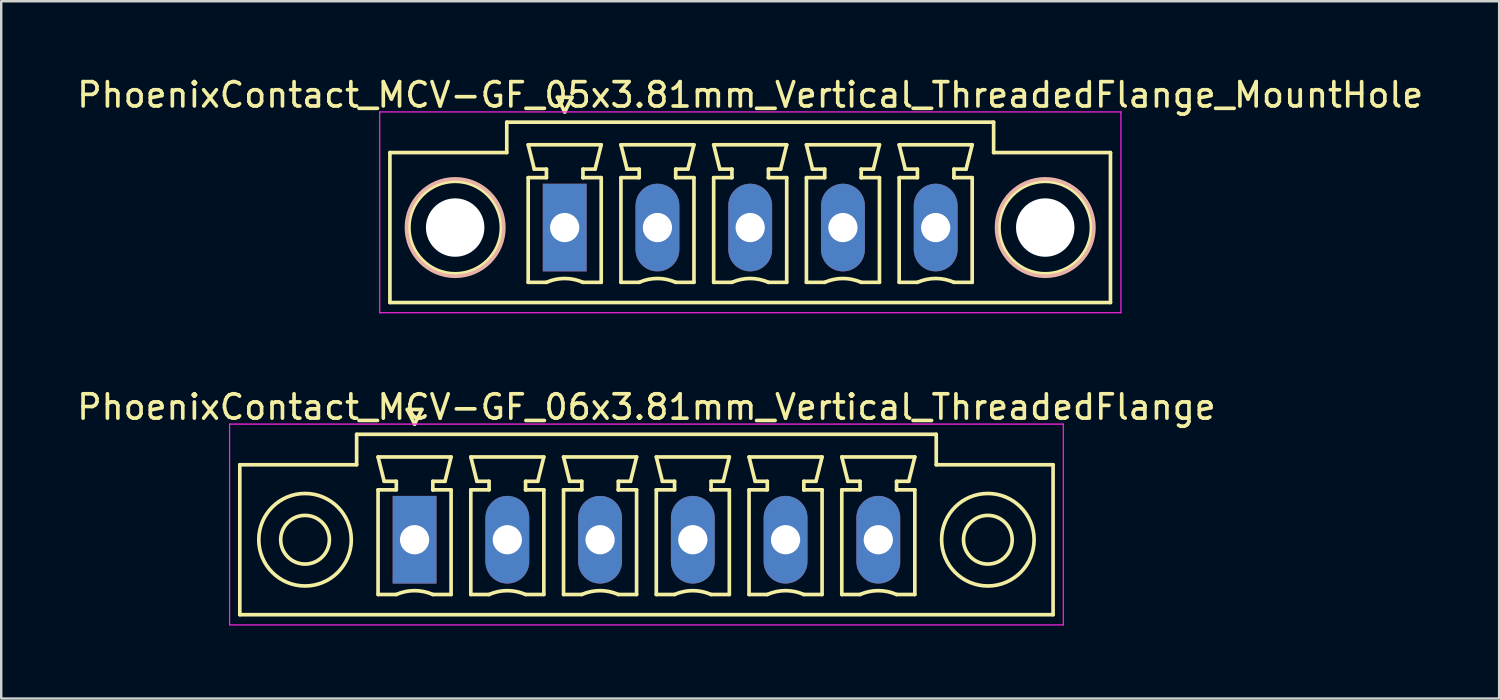
<source format=kicad_pcb>
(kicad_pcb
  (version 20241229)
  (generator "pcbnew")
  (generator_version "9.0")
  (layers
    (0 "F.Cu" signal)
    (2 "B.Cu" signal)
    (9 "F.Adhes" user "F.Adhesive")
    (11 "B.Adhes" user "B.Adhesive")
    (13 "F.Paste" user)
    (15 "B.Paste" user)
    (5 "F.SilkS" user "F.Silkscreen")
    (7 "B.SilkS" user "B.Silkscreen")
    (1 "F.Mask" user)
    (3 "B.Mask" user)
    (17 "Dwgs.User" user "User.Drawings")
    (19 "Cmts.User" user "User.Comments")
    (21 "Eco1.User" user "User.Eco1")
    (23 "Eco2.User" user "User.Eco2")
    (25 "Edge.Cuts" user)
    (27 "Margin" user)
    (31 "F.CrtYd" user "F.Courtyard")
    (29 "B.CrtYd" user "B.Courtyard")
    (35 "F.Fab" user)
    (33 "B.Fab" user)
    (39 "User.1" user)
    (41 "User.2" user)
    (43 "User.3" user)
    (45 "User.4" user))
  (footprint "PhoenixContact_MCV-GF_05x3.81mm_Vertical_ThreadedFlange_MountHole"
    (layer "F.Cu")
    (at 20.148 6.298)
    (property "Reference" "PhoenixContact_MCV-GF_05x3.81mm_Vertical_ThreadedFlange_MountHole" (at 7.62 -5.45 0) (layer "F.SilkS") (effects (font (size 1 1) (thickness 0.15))))
    (attr through_hole)
    (fp_line (start -7.18 -3.08) (end -7.18 3.08) (stroke (width 0.15) (type solid)) (layer "F.SilkS"))
    (fp_line (start -7.18 3.08) (end 22.42 3.08) (stroke (width 0.15) (type solid)) (layer "F.SilkS"))
    (fp_line (start -2.38 -4.33) (end -2.38 -3.08) (stroke (width 0.15) (type solid)) (layer "F.SilkS"))
    (fp_line (start -2.38 -3.08) (end -7.18 -3.08) (stroke (width 0.15) (type solid)) (layer "F.SilkS"))
    (fp_line (start -1.5 -3.4) (end 1.5 -3.4) (stroke (width 0.15) (type solid)) (layer "F.SilkS"))
    (fp_line (start -1.5 -2.05) (end -0.75 -2.05) (stroke (width 0.15) (type solid)) (layer "F.SilkS"))
    (fp_line (start -1.5 2.25) (end -1.5 -2.05) (stroke (width 0.15) (type solid)) (layer "F.SilkS"))
    (fp_line (start -1.25 -2.4) (end -1.5 -3.4) (stroke (width 0.15) (type solid)) (layer "F.SilkS"))
    (fp_line (start -0.75 -2.4) (end -1.25 -2.4) (stroke (width 0.15) (type solid)) (layer "F.SilkS"))
    (fp_line (start -0.75 -2.05) (end -0.75 -2.4) (stroke (width 0.15) (type solid)) (layer "F.SilkS"))
    (fp_line (start -0.75 2.25) (end -1.5 2.25) (stroke (width 0.15) (type solid)) (layer "F.SilkS"))
    (fp_line (start -0.3 -5.35) (end 0 -4.75) (stroke (width 0.15) (type solid)) (layer "F.SilkS"))
    (fp_line (start 0 -4.75) (end 0.3 -5.35) (stroke (width 0.15) (type solid)) (layer "F.SilkS"))
    (fp_line (start 0.3 -5.35) (end -0.3 -5.35) (stroke (width 0.15) (type solid)) (layer "F.SilkS"))
    (fp_line (start 0.75 -2.4) (end 0.75 -2.05) (stroke (width 0.15) (type solid)) (layer "F.SilkS"))
    (fp_line (start 0.75 -2.05) (end 0.75 -2.05) (stroke (width 0.15) (type solid)) (layer "F.SilkS"))
    (fp_line (start 0.75 -2.05) (end 1.5 -2.05) (stroke (width 0.15) (type solid)) (layer "F.SilkS"))
    (fp_line (start 1.25 -2.4) (end 0.75 -2.4) (stroke (width 0.15) (type solid)) (layer "F.SilkS"))
    (fp_line (start 1.5 -3.4) (end 1.25 -2.4) (stroke (width 0.15) (type solid)) (layer "F.SilkS"))
    (fp_line (start 1.5 -2.05) (end 1.5 2.25) (stroke (width 0.15) (type solid)) (layer "F.SilkS"))
    (fp_line (start 1.5 2.25) (end 0.75 2.25) (stroke (width 0.15) (type solid)) (layer "F.SilkS"))
    (fp_line (start 2.31 -3.4) (end 5.31 -3.4) (stroke (width 0.15) (type solid)) (layer "F.SilkS"))
    (fp_line (start 2.31 -2.05) (end 3.06 -2.05) (stroke (width 0.15) (type solid)) (layer "F.SilkS"))
    (fp_line (start 2.31 2.25) (end 2.31 -2.05) (stroke (width 0.15) (type solid)) (layer "F.SilkS"))
    (fp_line (start 2.56 -2.4) (end 2.31 -3.4) (stroke (width 0.15) (type solid)) (layer "F.SilkS"))
    (fp_line (start 3.06 -2.4) (end 2.56 -2.4) (stroke (width 0.15) (type solid)) (layer "F.SilkS"))
    (fp_line (start 3.06 -2.05) (end 3.06 -2.4) (stroke (width 0.15) (type solid)) (layer "F.SilkS"))
    (fp_line (start 3.06 2.25) (end 2.31 2.25) (stroke (width 0.15) (type solid)) (layer "F.SilkS"))
    (fp_line (start 4.56 -2.4) (end 4.56 -2.05) (stroke (width 0.15) (type solid)) (layer "F.SilkS"))
    (fp_line (start 4.56 -2.05) (end 4.56 -2.05) (stroke (width 0.15) (type solid)) (layer "F.SilkS"))
    (fp_line (start 4.56 -2.05) (end 5.31 -2.05) (stroke (width 0.15) (type solid)) (layer "F.SilkS"))
    (fp_line (start 5.06 -2.4) (end 4.56 -2.4) (stroke (width 0.15) (type solid)) (layer "F.SilkS"))
    (fp_line (start 5.31 -3.4) (end 5.06 -2.4) (stroke (width 0.15) (type solid)) (layer "F.SilkS"))
    (fp_line (start 5.31 -2.05) (end 5.31 2.25) (stroke (width 0.15) (type solid)) (layer "F.SilkS"))
    (fp_line (start 5.31 2.25) (end 4.56 2.25) (stroke (width 0.15) (type solid)) (layer "F.SilkS"))
    (fp_line (start 6.12 -3.4) (end 9.12 -3.4) (stroke (width 0.15) (type solid)) (layer "F.SilkS"))
    (fp_line (start 6.12 -2.05) (end 6.87 -2.05) (stroke (width 0.15) (type solid)) (layer "F.SilkS"))
    (fp_line (start 6.12 2.25) (end 6.12 -2.05) (stroke (width 0.15) (type solid)) (layer "F.SilkS"))
    (fp_line (start 6.37 -2.4) (end 6.12 -3.4) (stroke (width 0.15) (type solid)) (layer "F.SilkS"))
    (fp_line (start 6.87 -2.4) (end 6.37 -2.4) (stroke (width 0.15) (type solid)) (layer "F.SilkS"))
    (fp_line (start 6.87 -2.05) (end 6.87 -2.4) (stroke (width 0.15) (type solid)) (layer "F.SilkS"))
    (fp_line (start 6.87 2.25) (end 6.12 2.25) (stroke (width 0.15) (type solid)) (layer "F.SilkS"))
    (fp_line (start 8.37 -2.4) (end 8.37 -2.05) (stroke (width 0.15) (type solid)) (layer "F.SilkS"))
    (fp_line (start 8.37 -2.05) (end 8.37 -2.05) (stroke (width 0.15) (type solid)) (layer "F.SilkS"))
    (fp_line (start 8.37 -2.05) (end 9.12 -2.05) (stroke (width 0.15) (type solid)) (layer "F.SilkS"))
    (fp_line (start 8.87 -2.4) (end 8.37 -2.4) (stroke (width 0.15) (type solid)) (layer "F.SilkS"))
    (fp_line (start 9.12 -3.4) (end 8.87 -2.4) (stroke (width 0.15) (type solid)) (layer "F.SilkS"))
    (fp_line (start 9.12 -2.05) (end 9.12 2.25) (stroke (width 0.15) (type solid)) (layer "F.SilkS"))
    (fp_line (start 9.12 2.25) (end 8.37 2.25) (stroke (width 0.15) (type solid)) (layer "F.SilkS"))
    (fp_line (start 9.93 -3.4) (end 12.93 -3.4) (stroke (width 0.15) (type solid)) (layer "F.SilkS"))
    (fp_line (start 9.93 -2.05) (end 10.68 -2.05) (stroke (width 0.15) (type solid)) (layer "F.SilkS"))
    (fp_line (start 9.93 2.25) (end 9.93 -2.05) (stroke (width 0.15) (type solid)) (layer "F.SilkS"))
    (fp_line (start 10.18 -2.4) (end 9.93 -3.4) (stroke (width 0.15) (type solid)) (layer "F.SilkS"))
    (fp_line (start 10.68 -2.4) (end 10.18 -2.4) (stroke (width 0.15) (type solid)) (layer "F.SilkS"))
    (fp_line (start 10.68 -2.05) (end 10.68 -2.4) (stroke (width 0.15) (type solid)) (layer "F.SilkS"))
    (fp_line (start 10.68 2.25) (end 9.93 2.25) (stroke (width 0.15) (type solid)) (layer "F.SilkS"))
    (fp_line (start 12.18 -2.4) (end 12.18 -2.05) (stroke (width 0.15) (type solid)) (layer "F.SilkS"))
    (fp_line (start 12.18 -2.05) (end 12.18 -2.05) (stroke (width 0.15) (type solid)) (layer "F.SilkS"))
    (fp_line (start 12.18 -2.05) (end 12.93 -2.05) (stroke (width 0.15) (type solid)) (layer "F.SilkS"))
    (fp_line (start 12.68 -2.4) (end 12.18 -2.4) (stroke (width 0.15) (type solid)) (layer "F.SilkS"))
    (fp_line (start 12.93 -3.4) (end 12.68 -2.4) (stroke (width 0.15) (type solid)) (layer "F.SilkS"))
    (fp_line (start 12.93 -2.05) (end 12.93 2.25) (stroke (width 0.15) (type solid)) (layer "F.SilkS"))
    (fp_line (start 12.93 2.25) (end 12.18 2.25) (stroke (width 0.15) (type solid)) (layer "F.SilkS"))
    (fp_line (start 13.74 -3.4) (end 16.74 -3.4) (stroke (width 0.15) (type solid)) (layer "F.SilkS"))
    (fp_line (start 13.74 -2.05) (end 14.49 -2.05) (stroke (width 0.15) (type solid)) (layer "F.SilkS"))
    (fp_line (start 13.74 2.25) (end 13.74 -2.05) (stroke (width 0.15) (type solid)) (layer "F.SilkS"))
    (fp_line (start 13.99 -2.4) (end 13.74 -3.4) (stroke (width 0.15) (type solid)) (layer "F.SilkS"))
    (fp_line (start 14.49 -2.4) (end 13.99 -2.4) (stroke (width 0.15) (type solid)) (layer "F.SilkS"))
    (fp_line (start 14.49 -2.05) (end 14.49 -2.4) (stroke (width 0.15) (type solid)) (layer "F.SilkS"))
    (fp_line (start 14.49 2.25) (end 13.74 2.25) (stroke (width 0.15) (type solid)) (layer "F.SilkS"))
    (fp_line (start 15.99 -2.4) (end 15.99 -2.05) (stroke (width 0.15) (type solid)) (layer "F.SilkS"))
    (fp_line (start 15.99 -2.05) (end 15.99 -2.05) (stroke (width 0.15) (type solid)) (layer "F.SilkS"))
    (fp_line (start 15.99 -2.05) (end 16.74 -2.05) (stroke (width 0.15) (type solid)) (layer "F.SilkS"))
    (fp_line (start 16.49 -2.4) (end 15.99 -2.4) (stroke (width 0.15) (type solid)) (layer "F.SilkS"))
    (fp_line (start 16.74 -3.4) (end 16.49 -2.4) (stroke (width 0.15) (type solid)) (layer "F.SilkS"))
    (fp_line (start 16.74 -2.05) (end 16.74 2.25) (stroke (width 0.15) (type solid)) (layer "F.SilkS"))
    (fp_line (start 16.74 2.25) (end 15.99 2.25) (stroke (width 0.15) (type solid)) (layer "F.SilkS"))
    (fp_line (start 17.62 -4.33) (end -2.38 -4.33) (stroke (width 0.15) (type solid)) (layer "F.SilkS"))
    (fp_line (start 17.62 -3.08) (end 17.62 -4.33) (stroke (width 0.15) (type solid)) (layer "F.SilkS"))
    (fp_line (start 22.42 -3.08) (end 17.62 -3.08) (stroke (width 0.15) (type solid)) (layer "F.SilkS"))
    (fp_line (start 22.42 3.08) (end 22.42 -3.08) (stroke (width 0.15) (type solid)) (layer "F.SilkS"))
    (fp_arc (start -0.75 2.25) (mid -0.000193 2.09191) (end 0.749647 2.249844) (stroke (width 0.15) (type solid)) (layer "F.SilkS"))
    (fp_arc (start 3.06 2.25) (mid 3.809807 2.09191) (end 4.559647 2.249844) (stroke (width 0.15) (type solid)) (layer "F.SilkS"))
    (fp_arc (start 6.87 2.25) (mid 7.619807 2.09191) (end 8.369647 2.249844) (stroke (width 0.15) (type solid)) (layer "F.SilkS"))
    (fp_arc (start 10.68 2.25) (mid 11.429807 2.09191) (end 12.179647 2.249844) (stroke (width 0.15) (type solid)) (layer "F.SilkS"))
    (fp_arc (start 14.49 2.25) (mid 15.239807 2.09191) (end 15.989647 2.249844) (stroke (width 0.15) (type solid)) (layer "F.SilkS"))
    (fp_circle (center -4.5 0) (end -2.6 0) (stroke (width 0.15) (type solid)) (fill no) (layer "F.SilkS"))
    (fp_circle (center 19.74 0) (end 21.64 0) (stroke (width 0.15) (type solid)) (fill no) (layer "F.SilkS"))
    (fp_circle (center -4.5 0) (end -2.5 0) (stroke (width 0.15) (type solid)) (fill no) (layer "B.SilkS"))
    (fp_circle (center 19.74 0) (end 21.74 0) (stroke (width 0.15) (type solid)) (fill no) (layer "B.SilkS"))
    (fp_line (start -7.6 -4.75) (end -7.6 3.5) (stroke (width 0.05) (type solid)) (layer "F.CrtYd"))
    (fp_line (start -7.6 3.5) (end 22.85 3.5) (stroke (width 0.05) (type solid)) (layer "F.CrtYd"))
    (fp_line (start 22.85 -4.75) (end -7.6 -4.75) (stroke (width 0.05) (type solid)) (layer "F.CrtYd"))
    (fp_line (start 22.85 3.5) (end 22.85 -4.75) (stroke (width 0.05) (type solid)) (layer "F.CrtYd"))
    (pad "" np_thru_hole circle (at -4.5 0) (size 2.4 2.4) (drill 2.4) (layers "*.Cu" "*.Mask"))
    (pad "" np_thru_hole circle (at 19.74 0) (size 2.4 2.4) (drill 2.4) (layers "*.Cu" "*.Mask"))
    (pad "1" thru_hole rect (at 0 0) (size 1.8 3.6) (drill 1.2) (layers "*.Cu" "*.Mask"))
    (pad "2" thru_hole oval (at 3.81 0) (size 1.8 3.6) (drill 1.2) (layers "*.Cu" "*.Mask"))
    (pad "3" thru_hole oval (at 7.62 0) (size 1.8 3.6) (drill 1.2) (layers "*.Cu" "*.Mask"))
    (pad "4" thru_hole oval (at 11.43 0) (size 1.8 3.6) (drill 1.2) (layers "*.Cu" "*.Mask"))
    (pad "5" thru_hole oval (at 15.24 0) (size 1.8 3.6) (drill 1.2) (layers "*.Cu" "*.Mask")))
  (footprint "PhoenixContact_MCV-GF_06x3.81mm_Vertical_ThreadedFlange"
    (layer "F.Cu")
    (at 13.981 19.122)
    (property "Reference" "PhoenixContact_MCV-GF_06x3.81mm_Vertical_ThreadedFlange" (at 9.525 -5.45 0) (layer "F.SilkS") (effects (font (size 1 1) (thickness 0.15))))
    (attr through_hole)
    (fp_line (start -7.18 -3.08) (end -7.18 3.08) (stroke (width 0.15) (type solid)) (layer "F.SilkS"))
    (fp_line (start -7.18 3.08) (end 26.23 3.08) (stroke (width 0.15) (type solid)) (layer "F.SilkS"))
    (fp_line (start -2.38 -4.33) (end -2.38 -3.08) (stroke (width 0.15) (type solid)) (layer "F.SilkS"))
    (fp_line (start -2.38 -3.08) (end -7.18 -3.08) (stroke (width 0.15) (type solid)) (layer "F.SilkS"))
    (fp_line (start -1.5 -3.4) (end 1.5 -3.4) (stroke (width 0.15) (type solid)) (layer "F.SilkS"))
    (fp_line (start -1.5 -2.05) (end -0.75 -2.05) (stroke (width 0.15) (type solid)) (layer "F.SilkS"))
    (fp_line (start -1.5 2.25) (end -1.5 -2.05) (stroke (width 0.15) (type solid)) (layer "F.SilkS"))
    (fp_line (start -1.25 -2.4) (end -1.5 -3.4) (stroke (width 0.15) (type solid)) (layer "F.SilkS"))
    (fp_line (start -0.75 -2.4) (end -1.25 -2.4) (stroke (width 0.15) (type solid)) (layer "F.SilkS"))
    (fp_line (start -0.75 -2.05) (end -0.75 -2.4) (stroke (width 0.15) (type solid)) (layer "F.SilkS"))
    (fp_line (start -0.75 2.25) (end -1.5 2.25) (stroke (width 0.15) (type solid)) (layer "F.SilkS"))
    (fp_line (start -0.3 -5.35) (end 0 -4.75) (stroke (width 0.15) (type solid)) (layer "F.SilkS"))
    (fp_line (start 0 -4.75) (end 0.3 -5.35) (stroke (width 0.15) (type solid)) (layer "F.SilkS"))
    (fp_line (start 0.3 -5.35) (end -0.3 -5.35) (stroke (width 0.15) (type solid)) (layer "F.SilkS"))
    (fp_line (start 0.75 -2.4) (end 0.75 -2.05) (stroke (width 0.15) (type solid)) (layer "F.SilkS"))
    (fp_line (start 0.75 -2.05) (end 0.75 -2.05) (stroke (width 0.15) (type solid)) (layer "F.SilkS"))
    (fp_line (start 0.75 -2.05) (end 1.5 -2.05) (stroke (width 0.15) (type solid)) (layer "F.SilkS"))
    (fp_line (start 1.25 -2.4) (end 0.75 -2.4) (stroke (width 0.15) (type solid)) (layer "F.SilkS"))
    (fp_line (start 1.5 -3.4) (end 1.25 -2.4) (stroke (width 0.15) (type solid)) (layer "F.SilkS"))
    (fp_line (start 1.5 -2.05) (end 1.5 2.25) (stroke (width 0.15) (type solid)) (layer "F.SilkS"))
    (fp_line (start 1.5 2.25) (end 0.75 2.25) (stroke (width 0.15) (type solid)) (layer "F.SilkS"))
    (fp_line (start 2.31 -3.4) (end 5.31 -3.4) (stroke (width 0.15) (type solid)) (layer "F.SilkS"))
    (fp_line (start 2.31 -2.05) (end 3.06 -2.05) (stroke (width 0.15) (type solid)) (layer "F.SilkS"))
    (fp_line (start 2.31 2.25) (end 2.31 -2.05) (stroke (width 0.15) (type solid)) (layer "F.SilkS"))
    (fp_line (start 2.56 -2.4) (end 2.31 -3.4) (stroke (width 0.15) (type solid)) (layer "F.SilkS"))
    (fp_line (start 3.06 -2.4) (end 2.56 -2.4) (stroke (width 0.15) (type solid)) (layer "F.SilkS"))
    (fp_line (start 3.06 -2.05) (end 3.06 -2.4) (stroke (width 0.15) (type solid)) (layer "F.SilkS"))
    (fp_line (start 3.06 2.25) (end 2.31 2.25) (stroke (width 0.15) (type solid)) (layer "F.SilkS"))
    (fp_line (start 4.56 -2.4) (end 4.56 -2.05) (stroke (width 0.15) (type solid)) (layer "F.SilkS"))
    (fp_line (start 4.56 -2.05) (end 4.56 -2.05) (stroke (width 0.15) (type solid)) (layer "F.SilkS"))
    (fp_line (start 4.56 -2.05) (end 5.31 -2.05) (stroke (width 0.15) (type solid)) (layer "F.SilkS"))
    (fp_line (start 5.06 -2.4) (end 4.56 -2.4) (stroke (width 0.15) (type solid)) (layer "F.SilkS"))
    (fp_line (start 5.31 -3.4) (end 5.06 -2.4) (stroke (width 0.15) (type solid)) (layer "F.SilkS"))
    (fp_line (start 5.31 -2.05) (end 5.31 2.25) (stroke (width 0.15) (type solid)) (layer "F.SilkS"))
    (fp_line (start 5.31 2.25) (end 4.56 2.25) (stroke (width 0.15) (type solid)) (layer "F.SilkS"))
    (fp_line (start 6.12 -3.4) (end 9.12 -3.4) (stroke (width 0.15) (type solid)) (layer "F.SilkS"))
    (fp_line (start 6.12 -2.05) (end 6.87 -2.05) (stroke (width 0.15) (type solid)) (layer "F.SilkS"))
    (fp_line (start 6.12 2.25) (end 6.12 -2.05) (stroke (width 0.15) (type solid)) (layer "F.SilkS"))
    (fp_line (start 6.37 -2.4) (end 6.12 -3.4) (stroke (width 0.15) (type solid)) (layer "F.SilkS"))
    (fp_line (start 6.87 -2.4) (end 6.37 -2.4) (stroke (width 0.15) (type solid)) (layer "F.SilkS"))
    (fp_line (start 6.87 -2.05) (end 6.87 -2.4) (stroke (width 0.15) (type solid)) (layer "F.SilkS"))
    (fp_line (start 6.87 2.25) (end 6.12 2.25) (stroke (width 0.15) (type solid)) (layer "F.SilkS"))
    (fp_line (start 8.37 -2.4) (end 8.37 -2.05) (stroke (width 0.15) (type solid)) (layer "F.SilkS"))
    (fp_line (start 8.37 -2.05) (end 8.37 -2.05) (stroke (width 0.15) (type solid)) (layer "F.SilkS"))
    (fp_line (start 8.37 -2.05) (end 9.12 -2.05) (stroke (width 0.15) (type solid)) (layer "F.SilkS"))
    (fp_line (start 8.87 -2.4) (end 8.37 -2.4) (stroke (width 0.15) (type solid)) (layer "F.SilkS"))
    (fp_line (start 9.12 -3.4) (end 8.87 -2.4) (stroke (width 0.15) (type solid)) (layer "F.SilkS"))
    (fp_line (start 9.12 -2.05) (end 9.12 2.25) (stroke (width 0.15) (type solid)) (layer "F.SilkS"))
    (fp_line (start 9.12 2.25) (end 8.37 2.25) (stroke (width 0.15) (type solid)) (layer "F.SilkS"))
    (fp_line (start 9.93 -3.4) (end 12.93 -3.4) (stroke (width 0.15) (type solid)) (layer "F.SilkS"))
    (fp_line (start 9.93 -2.05) (end 10.68 -2.05) (stroke (width 0.15) (type solid)) (layer "F.SilkS"))
    (fp_line (start 9.93 2.25) (end 9.93 -2.05) (stroke (width 0.15) (type solid)) (layer "F.SilkS"))
    (fp_line (start 10.18 -2.4) (end 9.93 -3.4) (stroke (width 0.15) (type solid)) (layer "F.SilkS"))
    (fp_line (start 10.68 -2.4) (end 10.18 -2.4) (stroke (width 0.15) (type solid)) (layer "F.SilkS"))
    (fp_line (start 10.68 -2.05) (end 10.68 -2.4) (stroke (width 0.15) (type solid)) (layer "F.SilkS"))
    (fp_line (start 10.68 2.25) (end 9.93 2.25) (stroke (width 0.15) (type solid)) (layer "F.SilkS"))
    (fp_line (start 12.18 -2.4) (end 12.18 -2.05) (stroke (width 0.15) (type solid)) (layer "F.SilkS"))
    (fp_line (start 12.18 -2.05) (end 12.18 -2.05) (stroke (width 0.15) (type solid)) (layer "F.SilkS"))
    (fp_line (start 12.18 -2.05) (end 12.93 -2.05) (stroke (width 0.15) (type solid)) (layer "F.SilkS"))
    (fp_line (start 12.68 -2.4) (end 12.18 -2.4) (stroke (width 0.15) (type solid)) (layer "F.SilkS"))
    (fp_line (start 12.93 -3.4) (end 12.68 -2.4) (stroke (width 0.15) (type solid)) (layer "F.SilkS"))
    (fp_line (start 12.93 -2.05) (end 12.93 2.25) (stroke (width 0.15) (type solid)) (layer "F.SilkS"))
    (fp_line (start 12.93 2.25) (end 12.18 2.25) (stroke (width 0.15) (type solid)) (layer "F.SilkS"))
    (fp_line (start 13.74 -3.4) (end 16.74 -3.4) (stroke (width 0.15) (type solid)) (layer "F.SilkS"))
    (fp_line (start 13.74 -2.05) (end 14.49 -2.05) (stroke (width 0.15) (type solid)) (layer "F.SilkS"))
    (fp_line (start 13.74 2.25) (end 13.74 -2.05) (stroke (width 0.15) (type solid)) (layer "F.SilkS"))
    (fp_line (start 13.99 -2.4) (end 13.74 -3.4) (stroke (width 0.15) (type solid)) (layer "F.SilkS"))
    (fp_line (start 14.49 -2.4) (end 13.99 -2.4) (stroke (width 0.15) (type solid)) (layer "F.SilkS"))
    (fp_line (start 14.49 -2.05) (end 14.49 -2.4) (stroke (width 0.15) (type solid)) (layer "F.SilkS"))
    (fp_line (start 14.49 2.25) (end 13.74 2.25) (stroke (width 0.15) (type solid)) (layer "F.SilkS"))
    (fp_line (start 15.99 -2.4) (end 15.99 -2.05) (stroke (width 0.15) (type solid)) (layer "F.SilkS"))
    (fp_line (start 15.99 -2.05) (end 15.99 -2.05) (stroke (width 0.15) (type solid)) (layer "F.SilkS"))
    (fp_line (start 15.99 -2.05) (end 16.74 -2.05) (stroke (width 0.15) (type solid)) (layer "F.SilkS"))
    (fp_line (start 16.49 -2.4) (end 15.99 -2.4) (stroke (width 0.15) (type solid)) (layer "F.SilkS"))
    (fp_line (start 16.74 -3.4) (end 16.49 -2.4) (stroke (width 0.15) (type solid)) (layer "F.SilkS"))
    (fp_line (start 16.74 -2.05) (end 16.74 2.25) (stroke (width 0.15) (type solid)) (layer "F.SilkS"))
    (fp_line (start 16.74 2.25) (end 15.99 2.25) (stroke (width 0.15) (type solid)) (layer "F.SilkS"))
    (fp_line (start 17.55 -3.4) (end 20.55 -3.4) (stroke (width 0.15) (type solid)) (layer "F.SilkS"))
    (fp_line (start 17.55 -2.05) (end 18.3 -2.05) (stroke (width 0.15) (type solid)) (layer "F.SilkS"))
    (fp_line (start 17.55 2.25) (end 17.55 -2.05) (stroke (width 0.15) (type solid)) (layer "F.SilkS"))
    (fp_line (start 17.8 -2.4) (end 17.55 -3.4) (stroke (width 0.15) (type solid)) (layer "F.SilkS"))
    (fp_line (start 18.3 -2.4) (end 17.8 -2.4) (stroke (width 0.15) (type solid)) (layer "F.SilkS"))
    (fp_line (start 18.3 -2.05) (end 18.3 -2.4) (stroke (width 0.15) (type solid)) (layer "F.SilkS"))
    (fp_line (start 18.3 2.25) (end 17.55 2.25) (stroke (width 0.15) (type solid)) (layer "F.SilkS"))
    (fp_line (start 19.8 -2.4) (end 19.8 -2.05) (stroke (width 0.15) (type solid)) (layer "F.SilkS"))
    (fp_line (start 19.8 -2.05) (end 19.8 -2.05) (stroke (width 0.15) (type solid)) (layer "F.SilkS"))
    (fp_line (start 19.8 -2.05) (end 20.55 -2.05) (stroke (width 0.15) (type solid)) (layer "F.SilkS"))
    (fp_line (start 20.3 -2.4) (end 19.8 -2.4) (stroke (width 0.15) (type solid)) (layer "F.SilkS"))
    (fp_line (start 20.55 -3.4) (end 20.3 -2.4) (stroke (width 0.15) (type solid)) (layer "F.SilkS"))
    (fp_line (start 20.55 -2.05) (end 20.55 2.25) (stroke (width 0.15) (type solid)) (layer "F.SilkS"))
    (fp_line (start 20.55 2.25) (end 19.8 2.25) (stroke (width 0.15) (type solid)) (layer "F.SilkS"))
    (fp_line (start 21.43 -4.33) (end -2.38 -4.33) (stroke (width 0.15) (type solid)) (layer "F.SilkS"))
    (fp_line (start 21.43 -3.08) (end 21.43 -4.33) (stroke (width 0.15) (type solid)) (layer "F.SilkS"))
    (fp_line (start 26.23 -3.08) (end 21.43 -3.08) (stroke (width 0.15) (type solid)) (layer "F.SilkS"))
    (fp_line (start 26.23 3.08) (end 26.23 -3.08) (stroke (width 0.15) (type solid)) (layer "F.SilkS"))
    (fp_arc (start -0.75 2.25) (mid -0.000193 2.09191) (end 0.749647 2.249844) (stroke (width 0.15) (type solid)) (layer "F.SilkS"))
    (fp_arc (start 3.06 2.25) (mid 3.809807 2.09191) (end 4.559647 2.249844) (stroke (width 0.15) (type solid)) (layer "F.SilkS"))
    (fp_arc (start 6.87 2.25) (mid 7.619807 2.09191) (end 8.369647 2.249844) (stroke (width 0.15) (type solid)) (layer "F.SilkS"))
    (fp_arc (start 10.68 2.25) (mid 11.429807 2.09191) (end 12.179647 2.249844) (stroke (width 0.15) (type solid)) (layer "F.SilkS"))
    (fp_arc (start 14.49 2.25) (mid 15.239807 2.09191) (end 15.989647 2.249844) (stroke (width 0.15) (type solid)) (layer "F.SilkS"))
    (fp_arc (start 18.3 2.25) (mid 19.049807 2.09191) (end 19.799647 2.249844) (stroke (width 0.15) (type solid)) (layer "F.SilkS"))
    (fp_circle (center -4.5 0) (end -3.5 0) (stroke (width 0.15) (type solid)) (fill no) (layer "F.SilkS"))
    (fp_circle (center -4.5 0) (end -2.6 0) (stroke (width 0.15) (type solid)) (fill no) (layer "F.SilkS"))
    (fp_circle (center 23.55 0) (end 24.55 0) (stroke (width 0.15) (type solid)) (fill no) (layer "F.SilkS"))
    (fp_circle (center 23.55 0) (end 25.45 0) (stroke (width 0.15) (type solid)) (fill no) (layer "F.SilkS"))
    (fp_line (start -7.6 -4.75) (end -7.6 3.5) (stroke (width 0.05) (type solid)) (layer "F.CrtYd"))
    (fp_line (start -7.6 3.5) (end 26.65 3.5) (stroke (width 0.05) (type solid)) (layer "F.CrtYd"))
    (fp_line (start 26.65 -4.75) (end -7.6 -4.75) (stroke (width 0.05) (type solid)) (layer "F.CrtYd"))
    (fp_line (start 26.65 3.5) (end 26.65 -4.75) (stroke (width 0.05) (type solid)) (layer "F.CrtYd"))
    (pad "1" thru_hole rect (at 0 0) (size 1.8 3.6) (drill 1.2) (layers "*.Cu" "*.Mask"))
    (pad "2" thru_hole oval (at 3.81 0) (size 1.8 3.6) (drill 1.2) (layers "*.Cu" "*.Mask"))
    (pad "3" thru_hole oval (at 7.62 0) (size 1.8 3.6) (drill 1.2) (layers "*.Cu" "*.Mask"))
    (pad "4" thru_hole oval (at 11.43 0) (size 1.8 3.6) (drill 1.2) (layers "*.Cu" "*.Mask"))
    (pad "5" thru_hole oval (at 15.24 0) (size 1.8 3.6) (drill 1.2) (layers "*.Cu" "*.Mask"))
    (pad "6" thru_hole oval (at 19.05 0) (size 1.8 3.6) (drill 1.2) (layers "*.Cu" "*.Mask")))
  (gr_rect
    (start -3 -3)
    (end 58.536 25.646)
    (stroke (width 0.1) (type default))
    (fill no)
    (layer "Edge.Cuts")))
</source>
